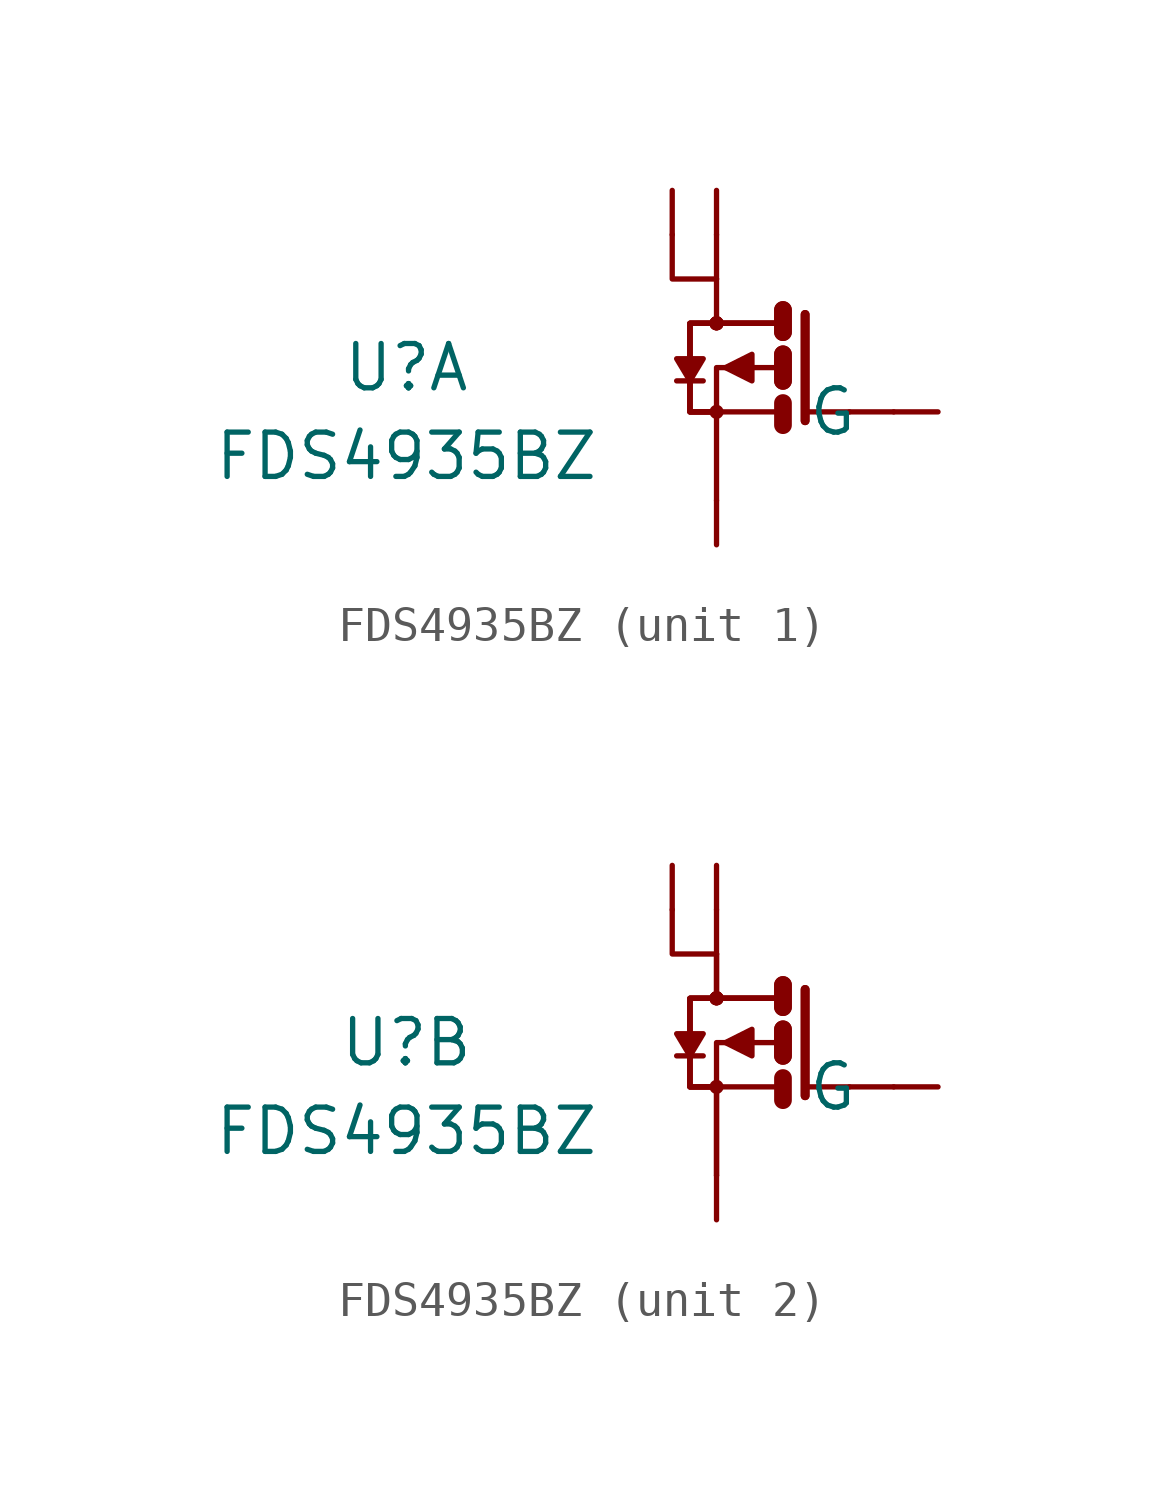
<source format=kicad_sym>
(kicad_symbol_lib
  (version 20211014)
  (generator kicad_symbol_editor)
  (symbol "FDS4935BZ"
    (pin_names
      (offset 1.016))
    (property "Reference" "U"
      (at -8.89 0 0)
      (effects (font (size 1.27 1.27))))
    (property "Value" "FDS4935BZ"
      (at -8.89 -2.54 0)
      (effects (font (size 1.27 1.27))))
    (symbol "FDS4935BZ_0_1"
      (polyline (pts (xy 0 -1.27) (xy 0 -3.81)) (stroke (width 0) (type default) (color 0 0 0 0)) (fill (type none)))
      (polyline (pts (xy 0 1.27) (xy 0 2.54)) (stroke (width 0) (type default) (color 0 0 0 0)) (fill (type none))))
    (symbol "FDS4935BZ_1_1"
      (circle (center 0 -1.27) (radius 0.127) (stroke (width 0) (type default) (color 0 0 0 0)) (fill (type none)))
      (polyline (pts (xy -0.381 -0.381) (xy -1.143 -0.381)) (stroke (width 0) (type default) (color 0 0 0 0)) (fill (type none)))
      (polyline (pts (xy 0 3.81) (xy 0 2.54)) (stroke (width 0) (type default) (color 0 0 0 0)) (fill (type none)))
      (polyline (pts (xy 1.778 -1.27) (xy 0 -1.27)) (stroke (width 0) (type default) (color 0 0 0 0)) (fill (type none)))
      (polyline (pts (xy 1.778 1.27) (xy 0 1.27)) (stroke (width 0) (type default) (color 0 0 0 0)) (fill (type none)))
      (polyline (pts (xy 1.778 1.27) (xy 0 1.27)) (stroke (width 0) (type default) (color 0 0 0 0)) (fill (type none)))
      (polyline (pts (xy 1.778 1.27) (xy 0 1.27)) (stroke (width 0) (type default) (color 0 0 0 0)) (fill (type none)))
      (polyline (pts (xy 1.778 1.27) (xy 0 1.27)) (stroke (width 0) (type default) (color 0 0 0 0)) (fill (type none)))
      (polyline (pts (xy 1.905 -1.016) (xy 1.905 -1.651)) (stroke (width 0.508) (type default) (color 0 0 0 0)) (fill (type none)))
      (polyline (pts (xy 1.905 0.381) (xy 1.905 -0.381)) (stroke (width 0.508) (type default) (color 0 0 0 0)) (fill (type none)))
      (polyline (pts (xy 1.905 0.381) (xy 1.905 -0.381)) (stroke (width 0.508) (type default) (color 0 0 0 0)) (fill (type none)))
      (polyline (pts (xy 1.905 1.651) (xy 1.905 1.016)) (stroke (width 0.508) (type default) (color 0 0 0 0)) (fill (type none)))
      (polyline (pts (xy 1.905 1.651) (xy 1.905 1.016)) (stroke (width 0.508) (type default) (color 0 0 0 0)) (fill (type none)))
      (polyline (pts (xy 2.54 -1.27) (xy 3.81 -1.27)) (stroke (width 0) (type default) (color 0 0 0 0)) (fill (type none)))
      (polyline (pts (xy 5.08 -1.27) (xy 3.81 -1.27)) (stroke (width 0) (type default) (color 0 0 0 0)) (fill (type none)))
      (polyline (pts (xy -1.27 3.81) (xy -1.27 2.54) (xy 0 2.54)) (stroke (width 0) (type default) (color 0 0 0 0)) (fill (type none)))
      (polyline (pts (xy 1.778 0) (xy 0 0) (xy 0 -1.27)) (stroke (width 0) (type default) (color 0 0 0 0)) (fill (type none)))
      (polyline (pts (xy 2.54 1.524) (xy 2.54 -1.524) (xy 2.54 -1.524)) (stroke (width 0.254) (type default) (color 0 0 0 0)) (fill (type none)))
      (polyline (pts (xy 2.54 1.524) (xy 2.54 -1.524) (xy 2.54 -1.524)) (stroke (width 0.254) (type default) (color 0 0 0 0)) (fill (type none)))
      (polyline (pts (xy -0.762 -0.381) (xy -0.381 0.254) (xy -1.143 0.254) (xy -0.762 -0.381)) (stroke (width 0) (type default) (color 0 0 0 0)) (fill (type outline)))
      (polyline (pts (xy 0 -1.27) (xy -0.762 -1.27) (xy -0.762 1.27) (xy 0 1.27)) (stroke (width 0) (type default) (color 0 0 0 0)) (fill (type none)))
      (polyline (pts (xy 0 -1.27) (xy -0.762 -1.27) (xy -0.762 1.27) (xy 0 1.27)) (stroke (width 0) (type default) (color 0 0 0 0)) (fill (type none)))
      (polyline (pts (xy 0 -1.27) (xy -0.762 -1.27) (xy -0.762 1.27) (xy 0 1.27)) (stroke (width 0) (type default) (color 0 0 0 0)) (fill (type none)))
      (polyline (pts (xy 0 -1.27) (xy -0.762 -1.27) (xy -0.762 1.27) (xy 0 1.27)) (stroke (width 0) (type default) (color 0 0 0 0)) (fill (type none)))
      (polyline (pts (xy 0.254 0) (xy 1.016 0.381) (xy 1.016 -0.381) (xy 0.254 0)) (stroke (width 0) (type default) (color 0 0 0 0)) (fill (type outline)))
      (circle (center 0 1.27) (radius 0.127) (stroke (width 0) (type default) (color 0 0 0 0)) (fill (type none)))
      (circle (center 0 1.27) (radius 0.127) (stroke (width 0) (type default) (color 0 0 0 0)) (fill (type none)))
      (circle (center 0 1.27) (radius 0.127) (stroke (width 0) (type default) (color 0 0 0 0)) (fill (type none)))
      (circle (center 0 1.27) (radius 0.127) (stroke (width 0) (type default) (color 0 0 0 0)) (fill (type none)))
      (pin bidirectional line (at 0 -5.08 90) (length 1.27) (name "S" (effects (font (size 0 0)))) (number "1" (effects (font (size 0 0)))))
      (pin passive line (at 6.35 -1.27 180) (length 1.27) (name "G" (effects (font (size 1.27 1.27)))) (number "2" (effects (font (size 0 0)))))
      (pin power_in line (at 0 5.08 270) (length 1.27) (name "D" (effects (font (size 0 0)))) (number "7" (effects (font (size 0 0)))))
      (pin power_in line (at -1.27 5.08 270) (length 1.27) (name "D" (effects (font (size 0 0)))) (number "8" (effects (font (size 0 0))))))
    (symbol "FDS4935BZ_2_1"
      (circle (center 0 -1.27) (radius 0.127) (stroke (width 0) (type default) (color 0 0 0 0)) (fill (type none)))
      (polyline (pts (xy -0.381 -0.381) (xy -1.143 -0.381)) (stroke (width 0) (type default) (color 0 0 0 0)) (fill (type none)))
      (polyline (pts (xy 0 -1.27) (xy 0 -3.81)) (stroke (width 0) (type default) (color 0 0 0 0)) (fill (type none)))
      (polyline (pts (xy 0 1.27) (xy 0 2.54)) (stroke (width 0) (type default) (color 0 0 0 0)) (fill (type none)))
      (polyline (pts (xy 0 3.81) (xy 0 2.54)) (stroke (width 0) (type default) (color 0 0 0 0)) (fill (type none)))
      (polyline (pts (xy 1.778 -1.27) (xy 0 -1.27)) (stroke (width 0) (type default) (color 0 0 0 0)) (fill (type none)))
      (polyline (pts (xy 1.778 1.27) (xy 0 1.27)) (stroke (width 0) (type default) (color 0 0 0 0)) (fill (type none)))
      (polyline (pts (xy 1.778 1.27) (xy 0 1.27)) (stroke (width 0) (type default) (color 0 0 0 0)) (fill (type none)))
      (polyline (pts (xy 1.778 1.27) (xy 0 1.27)) (stroke (width 0) (type default) (color 0 0 0 0)) (fill (type none)))
      (polyline (pts (xy 1.778 1.27) (xy 0 1.27)) (stroke (width 0) (type default) (color 0 0 0 0)) (fill (type none)))
      (polyline (pts (xy 1.905 -1.016) (xy 1.905 -1.651)) (stroke (width 0.508) (type default) (color 0 0 0 0)) (fill (type none)))
      (polyline (pts (xy 1.905 0.381) (xy 1.905 -0.381)) (stroke (width 0.508) (type default) (color 0 0 0 0)) (fill (type none)))
      (polyline (pts (xy 1.905 0.381) (xy 1.905 -0.381)) (stroke (width 0.508) (type default) (color 0 0 0 0)) (fill (type none)))
      (polyline (pts (xy 1.905 1.651) (xy 1.905 1.016)) (stroke (width 0.508) (type default) (color 0 0 0 0)) (fill (type none)))
      (polyline (pts (xy 1.905 1.651) (xy 1.905 1.016)) (stroke (width 0.508) (type default) (color 0 0 0 0)) (fill (type none)))
      (polyline (pts (xy 2.54 -1.27) (xy 3.81 -1.27)) (stroke (width 0) (type default) (color 0 0 0 0)) (fill (type none)))
      (polyline (pts (xy 5.08 -1.27) (xy 3.81 -1.27)) (stroke (width 0) (type default) (color 0 0 0 0)) (fill (type none)))
      (polyline (pts (xy -1.27 3.81) (xy -1.27 2.54) (xy 0 2.54)) (stroke (width 0) (type default) (color 0 0 0 0)) (fill (type none)))
      (polyline (pts (xy 1.778 0) (xy 0 0) (xy 0 -1.27)) (stroke (width 0) (type default) (color 0 0 0 0)) (fill (type none)))
      (polyline (pts (xy 2.54 1.524) (xy 2.54 -1.524) (xy 2.54 -1.524)) (stroke (width 0.254) (type default) (color 0 0 0 0)) (fill (type none)))
      (polyline (pts (xy 2.54 1.524) (xy 2.54 -1.524) (xy 2.54 -1.524)) (stroke (width 0.254) (type default) (color 0 0 0 0)) (fill (type none)))
      (polyline (pts (xy -0.762 -0.381) (xy -0.381 0.254) (xy -1.143 0.254) (xy -0.762 -0.381)) (stroke (width 0) (type default) (color 0 0 0 0)) (fill (type outline)))
      (polyline (pts (xy 0 -1.27) (xy -0.762 -1.27) (xy -0.762 1.27) (xy 0 1.27)) (stroke (width 0) (type default) (color 0 0 0 0)) (fill (type none)))
      (polyline (pts (xy 0 -1.27) (xy -0.762 -1.27) (xy -0.762 1.27) (xy 0 1.27)) (stroke (width 0) (type default) (color 0 0 0 0)) (fill (type none)))
      (polyline (pts (xy 0 -1.27) (xy -0.762 -1.27) (xy -0.762 1.27) (xy 0 1.27)) (stroke (width 0) (type default) (color 0 0 0 0)) (fill (type none)))
      (polyline (pts (xy 0 -1.27) (xy -0.762 -1.27) (xy -0.762 1.27) (xy 0 1.27)) (stroke (width 0) (type default) (color 0 0 0 0)) (fill (type none)))
      (polyline (pts (xy 0.254 0) (xy 1.016 0.381) (xy 1.016 -0.381) (xy 0.254 0)) (stroke (width 0) (type default) (color 0 0 0 0)) (fill (type outline)))
      (circle (center 0 1.27) (radius 0.127) (stroke (width 0) (type default) (color 0 0 0 0)) (fill (type none)))
      (circle (center 0 1.27) (radius 0.127) (stroke (width 0) (type default) (color 0 0 0 0)) (fill (type none)))
      (circle (center 0 1.27) (radius 0.127) (stroke (width 0) (type default) (color 0 0 0 0)) (fill (type none)))
      (circle (center 0 1.27) (radius 0.127) (stroke (width 0) (type default) (color 0 0 0 0)) (fill (type none)))
      (pin bidirectional line (at 0 -5.08 90) (length 1.27) (name "S" (effects (font (size 0 0)))) (number "3" (effects (font (size 0 0)))))
      (pin passive line (at 6.35 -1.27 180) (length 1.27) (name "G" (effects (font (size 1.27 1.27)))) (number "4" (effects (font (size 0 0)))))
      (pin power_in line (at 0 5.08 270) (length 1.27) (name "D" (effects (font (size 0 0)))) (number "5" (effects (font (size 0 0)))))
      (pin power_in line (at -1.27 5.08 270) (length 1.27) (name "D" (effects (font (size 0 0)))) (number "6" (effects (font (size 0 0))))))))
</source>
